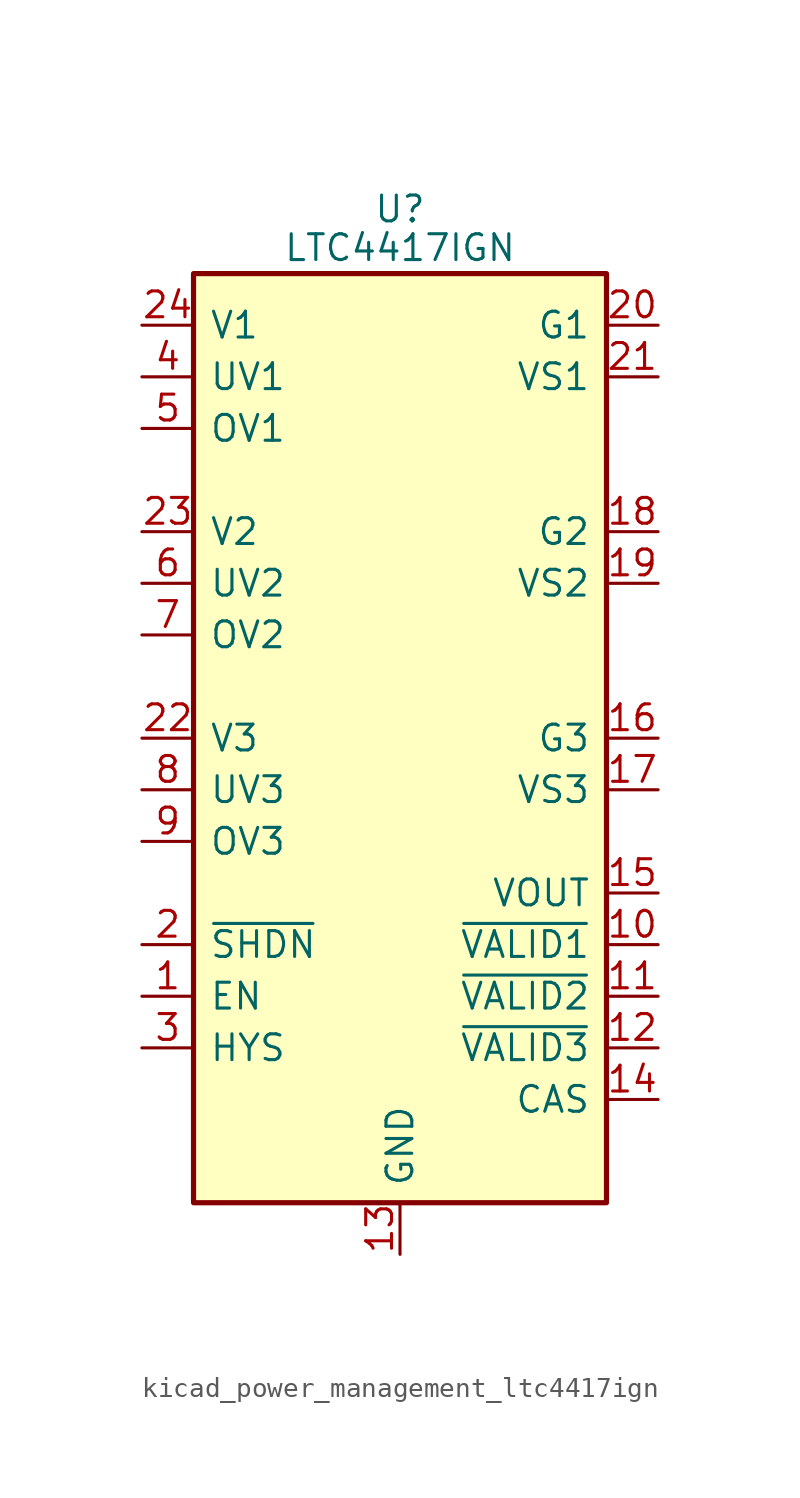
<source format=kicad_sym>
(kicad_symbol_lib
  (version 20220914)
  (generator kicad_symbol_editor)
  (symbol "kicad_power_management_ltc4417ign"
    (pin_names
      (offset 0.762))
    (property "Reference" "U"
      (at 0 26.035 0)
      (effects (font (size 1.27 1.27))))
    (property "Value" "LTC4417IGN"
      (at 0 24.13 0)
      (effects (font (size 1.27 1.27))))
    (symbol "kicad_power_management_ltc4417ign_0_1"
      (rectangle (start -10.16 22.86) (end 10.16 -22.86) (stroke (width 0.254) (type default)) (fill (type background))))
    (symbol "kicad_power_management_ltc4417ign_1_1"
      (pin input line (at -12.7 -12.7 0) (length 2.54) (name "EN" (effects (font (size 1.27 1.27)))) (number "1" (effects (font (size 1.27 1.27)))))
      (pin open_collector line (at 12.7 -10.16 180) (length 2.54) (name "~{VALID1}" (effects (font (size 1.27 1.27)))) (number "10" (effects (font (size 1.27 1.27)))))
      (pin open_collector line (at 12.7 -12.7 180) (length 2.54) (name "~{VALID2}" (effects (font (size 1.27 1.27)))) (number "11" (effects (font (size 1.27 1.27)))))
      (pin open_collector line (at 12.7 -15.24 180) (length 2.54) (name "~{VALID3}" (effects (font (size 1.27 1.27)))) (number "12" (effects (font (size 1.27 1.27)))))
      (pin power_in line (at 0 -25.4 90) (length 2.54) (name "GND" (effects (font (size 1.27 1.27)))) (number "13" (effects (font (size 1.27 1.27)))))
      (pin output line (at 12.7 -17.78 180) (length 2.54) (name "CAS" (effects (font (size 1.27 1.27)))) (number "14" (effects (font (size 1.27 1.27)))))
      (pin output line (at 12.7 -7.62 180) (length 2.54) (name "VOUT" (effects (font (size 1.27 1.27)))) (number "15" (effects (font (size 1.27 1.27)))))
      (pin output line (at 12.7 0 180) (length 2.54) (name "G3" (effects (font (size 1.27 1.27)))) (number "16" (effects (font (size 1.27 1.27)))))
      (pin output line (at 12.7 -2.54 180) (length 2.54) (name "VS3" (effects (font (size 1.27 1.27)))) (number "17" (effects (font (size 1.27 1.27)))))
      (pin output line (at 12.7 10.16 180) (length 2.54) (name "G2" (effects (font (size 1.27 1.27)))) (number "18" (effects (font (size 1.27 1.27)))))
      (pin output line (at 12.7 7.62 180) (length 2.54) (name "VS2" (effects (font (size 1.27 1.27)))) (number "19" (effects (font (size 1.27 1.27)))))
      (pin input line (at -12.7 -10.16 0) (length 2.54) (name "~{SHDN}" (effects (font (size 1.27 1.27)))) (number "2" (effects (font (size 1.27 1.27)))))
      (pin output line (at 12.7 20.32 180) (length 2.54) (name "G1" (effects (font (size 1.27 1.27)))) (number "20" (effects (font (size 1.27 1.27)))))
      (pin output line (at 12.7 17.78 180) (length 2.54) (name "VS1" (effects (font (size 1.27 1.27)))) (number "21" (effects (font (size 1.27 1.27)))))
      (pin input line (at -12.7 0 0) (length 2.54) (name "V3" (effects (font (size 1.27 1.27)))) (number "22" (effects (font (size 1.27 1.27)))))
      (pin input line (at -12.7 10.16 0) (length 2.54) (name "V2" (effects (font (size 1.27 1.27)))) (number "23" (effects (font (size 1.27 1.27)))))
      (pin input line (at -12.7 20.32 0) (length 2.54) (name "V1" (effects (font (size 1.27 1.27)))) (number "24" (effects (font (size 1.27 1.27)))))
      (pin input line (at -12.7 -15.24 0) (length 2.54) (name "HYS" (effects (font (size 1.27 1.27)))) (number "3" (effects (font (size 1.27 1.27)))))
      (pin input line (at -12.7 17.78 0) (length 2.54) (name "UV1" (effects (font (size 1.27 1.27)))) (number "4" (effects (font (size 1.27 1.27)))))
      (pin input line (at -12.7 15.24 0) (length 2.54) (name "OV1" (effects (font (size 1.27 1.27)))) (number "5" (effects (font (size 1.27 1.27)))))
      (pin input line (at -12.7 7.62 0) (length 2.54) (name "UV2" (effects (font (size 1.27 1.27)))) (number "6" (effects (font (size 1.27 1.27)))))
      (pin input line (at -12.7 5.08 0) (length 2.54) (name "OV2" (effects (font (size 1.27 1.27)))) (number "7" (effects (font (size 1.27 1.27)))))
      (pin input line (at -12.7 -2.54 0) (length 2.54) (name "UV3" (effects (font (size 1.27 1.27)))) (number "8" (effects (font (size 1.27 1.27)))))
      (pin input line (at -12.7 -5.08 0) (length 2.54) (name "OV3" (effects (font (size 1.27 1.27)))) (number "9" (effects (font (size 1.27 1.27))))))))
</source>
